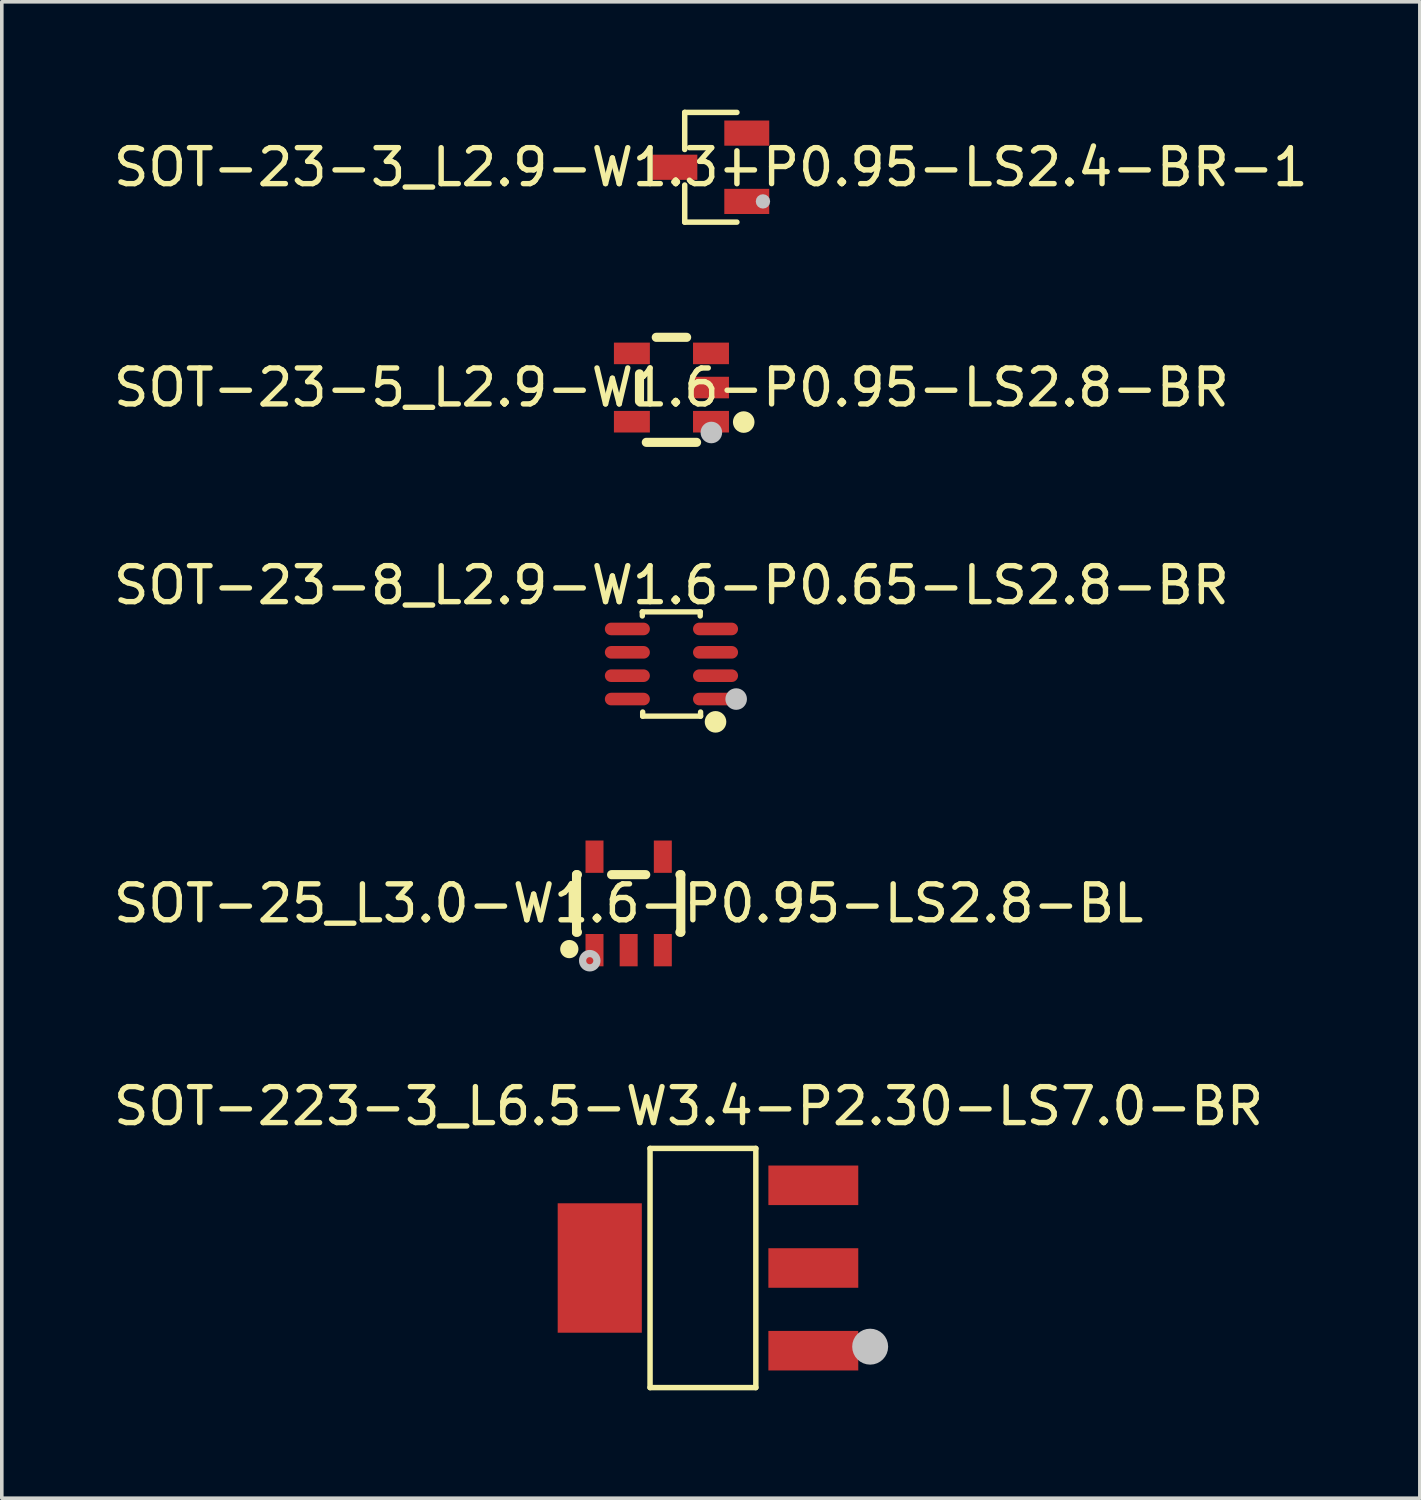
<source format=kicad_pcb>
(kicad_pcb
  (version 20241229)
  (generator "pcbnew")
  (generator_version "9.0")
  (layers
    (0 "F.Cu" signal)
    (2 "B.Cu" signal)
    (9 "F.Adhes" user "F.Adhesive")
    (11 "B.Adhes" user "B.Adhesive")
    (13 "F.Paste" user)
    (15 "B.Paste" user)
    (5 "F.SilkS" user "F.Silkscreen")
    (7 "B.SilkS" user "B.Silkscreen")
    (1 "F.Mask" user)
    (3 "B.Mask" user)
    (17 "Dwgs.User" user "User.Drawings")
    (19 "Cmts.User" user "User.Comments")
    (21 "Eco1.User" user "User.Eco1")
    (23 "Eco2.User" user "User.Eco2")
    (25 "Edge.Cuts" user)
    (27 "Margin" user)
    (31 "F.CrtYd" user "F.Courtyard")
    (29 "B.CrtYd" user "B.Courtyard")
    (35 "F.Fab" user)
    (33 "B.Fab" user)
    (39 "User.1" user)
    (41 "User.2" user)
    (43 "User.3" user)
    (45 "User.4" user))
  (footprint "SOT-25_L3.0-W1.6-P0.95-LS2.8-BL"
    (layer "F.Cu")
    (at 14.435 22.077)
    (property "Reference" "SOT-25_L3.0-W1.6-P0.95-LS2.8-BL" (at 0 0 0) (layer "F.SilkS") (effects (font (size 1 1) (thickness 0.15))))
    (fp_line (start -1.45 0.8) (end -1.45 -0.8) (stroke (width 0.254) (type default)) (layer "F.SilkS"))
    (fp_line (start -1.45 0.8) (end -1.425 0.8) (stroke (width 0.254) (type default)) (layer "F.SilkS"))
    (fp_line (start -1.425 -0.8) (end -1.45 -0.8) (stroke (width 0.254) (type default)) (layer "F.SilkS"))
    (fp_line (start 0.475 -0.8) (end -0.475 -0.8) (stroke (width 0.254) (type default)) (layer "F.SilkS"))
    (fp_line (start 1.425 0.8) (end 1.45 0.8) (stroke (width 0.254) (type default)) (layer "F.SilkS"))
    (fp_line (start 1.45 -0.8) (end 1.425 -0.8) (stroke (width 0.254) (type default)) (layer "F.SilkS"))
    (fp_line (start 1.45 0.8) (end 1.45 -0.8) (stroke (width 0.254) (type default)) (layer "F.SilkS"))
    (fp_circle (center -1.651 1.27) (end -1.524 1.27) (stroke (width 0.254) (type default)) (fill no) (layer "F.SilkS"))
    (fp_circle (center -1.082 1.593) (end -0.983 1.593) (stroke (width 0.201) (type default)) (fill no) (layer "Dwgs.User"))
    (fp_poly (pts (xy -1.151 0.96) (xy -1.151 0.79) (xy -0.75 0.79) (xy -0.75 0.96)) (stroke (width 0.1) (type default)) (fill no) (layer "User.1"))
    (fp_poly (pts (xy -1.151 1.399) (xy -1.151 0.95) (xy -0.75 0.95) (xy -0.75 1.399)) (stroke (width 0.1) (type default)) (fill no) (layer "User.1"))
    (fp_poly (pts (xy -1.141 -1.001) (xy -1.141 -1.399) (xy -0.759 -1.399) (xy -0.759 -1.001)) (stroke (width 0.1) (type default)) (fill no) (layer "User.1"))
    (fp_poly (pts (xy -1.141 -0.79) (xy -1.141 -1.011) (xy -0.759 -1.011) (xy -0.759 -0.79)) (stroke (width 0.1) (type default)) (fill no) (layer "User.1"))
    (fp_poly (pts (xy -0.201 0.96) (xy -0.201 0.79) (xy 0.201 0.79) (xy 0.201 0.96)) (stroke (width 0.1) (type default)) (fill no) (layer "User.1"))
    (fp_poly (pts (xy -0.201 1.399) (xy -0.201 0.95) (xy 0.201 0.95) (xy 0.201 1.399)) (stroke (width 0.1) (type default)) (fill no) (layer "User.1"))
    (fp_poly (pts (xy 0.75 -0.95) (xy 0.75 -1.399) (xy 1.151 -1.399) (xy 1.151 -0.95)) (stroke (width 0.1) (type default)) (fill no) (layer "User.1"))
    (fp_poly (pts (xy 0.75 -0.79) (xy 0.75 -0.96) (xy 1.151 -0.96) (xy 1.151 -0.79)) (stroke (width 0.1) (type default)) (fill no) (layer "User.1"))
    (fp_poly (pts (xy 0.75 0.96) (xy 0.75 0.79) (xy 1.151 0.79) (xy 1.151 0.96)) (stroke (width 0.1) (type default)) (fill no) (layer "User.1"))
    (fp_poly (pts (xy 0.75 1.399) (xy 0.75 0.95) (xy 1.151 0.95) (xy 1.151 1.399)) (stroke (width 0.1) (type default)) (fill no) (layer "User.1"))
    (fp_line (start -1.501 -0.8) (end 1.501 -0.8) (stroke (width 0.051) (type default)) (layer "User.2"))
    (fp_line (start -1.501 0.8) (end -1.501 -0.8) (stroke (width 0.051) (type default)) (layer "User.2"))
    (fp_line (start 1.501 -0.8) (end 1.501 0.8) (stroke (width 0.051) (type default)) (layer "User.2"))
    (fp_line (start 1.501 0.8) (end -1.501 0.8) (stroke (width 0.051) (type default)) (layer "User.2"))
    (fp_poly (pts (xy -1.44 1.399) (xy -1.458 1.356) (xy -1.501 1.339) (xy -1.544 1.356) (xy -1.562 1.399) (xy -1.544 1.443) (xy -1.501 1.46) (xy -1.458 1.443)) (stroke (width 0.1) (type default)) (fill no) (layer "User.3"))
    (pad "1" smd rect (at -0.95 1.3) (size 0.5 0.899) (layers "F.Cu" "F.Mask" "F.Paste"))
    (pad "2" smd rect (at 0 1.3) (size 0.5 0.899) (layers "F.Cu" "F.Mask" "F.Paste"))
    (pad "3" smd rect (at 0.95 1.3) (size 0.5 0.899) (layers "F.Cu" "F.Mask" "F.Paste"))
    (pad "4" smd rect (at 0.95 -1.3) (size 0.5 0.899) (layers "F.Cu" "F.Mask" "F.Paste"))
    (pad "5" smd rect (at -0.95 -1.3) (size 0.5 0.899) (layers "F.Cu" "F.Mask" "F.Paste")))
  (footprint "SOT-23-8_L2.9-W1.6-P0.65-LS2.8-BR"
    (layer "F.Cu")
    (at 15.625 15.418)
    (property "Reference" "SOT-23-8_L2.9-W1.6-P0.65-LS2.8-BR" (at 0 -2.19 0) (layer "F.SilkS") (effects (font (size 1 1) (thickness 0.15))))
    (fp_line (start -0.81 -1.45) (end 0.8 -1.45) (stroke (width 0.15) (type default)) (layer "F.SilkS"))
    (fp_line (start -0.81 -1.336) (end -0.81 -1.45) (stroke (width 0.15) (type default)) (layer "F.SilkS"))
    (fp_line (start -0.8 1.45) (end -0.8 1.336) (stroke (width 0.15) (type default)) (layer "F.SilkS"))
    (fp_line (start 0.8 -1.45) (end 0.8 -1.336) (stroke (width 0.15) (type default)) (layer "F.SilkS"))
    (fp_line (start 0.81 1.336) (end 0.81 1.45) (stroke (width 0.15) (type default)) (layer "F.SilkS"))
    (fp_line (start 0.81 1.45) (end -0.8 1.45) (stroke (width 0.15) (type default)) (layer "F.SilkS"))
    (fp_circle (center 1.226 1.609) (end 1.376 1.609) (stroke (width 0.3) (type default)) (fill no) (layer "F.SilkS"))
    (fp_circle (center 1.8 0.975) (end 1.95 0.975) (stroke (width 0.3) (type default)) (fill no) (layer "Dwgs.User"))
    (fp_poly (pts (xy -1.4 -0.825) (xy -1.4 -1.125) (xy -0.95 -1.125) (xy -0.95 -0.825)) (stroke (width 0.1) (type default)) (fill no) (layer "User.1"))
    (fp_poly (pts (xy -1.4 -0.175) (xy -1.4 -0.475) (xy -0.95 -0.475) (xy -0.95 -0.175)) (stroke (width 0.1) (type default)) (fill no) (layer "User.1"))
    (fp_poly (pts (xy -1.4 0.475) (xy -1.4 0.175) (xy -0.95 0.175) (xy -0.95 0.475)) (stroke (width 0.1) (type default)) (fill no) (layer "User.1"))
    (fp_poly (pts (xy -1.4 1.125) (xy -1.4 0.825) (xy -0.95 0.825) (xy -0.95 1.125)) (stroke (width 0.1) (type default)) (fill no) (layer "User.1"))
    (fp_poly (pts (xy -0.96 -0.825) (xy -0.96 -1.125) (xy -0.802 -1.125) (xy -0.802 -0.825)) (stroke (width 0.1) (type default)) (fill no) (layer "User.1"))
    (fp_poly (pts (xy -0.96 -0.175) (xy -0.96 -0.475) (xy -0.802 -0.475) (xy -0.802 -0.175)) (stroke (width 0.1) (type default)) (fill no) (layer "User.1"))
    (fp_poly (pts (xy -0.96 0.475) (xy -0.96 0.175) (xy -0.802 0.175) (xy -0.802 0.475)) (stroke (width 0.1) (type default)) (fill no) (layer "User.1"))
    (fp_poly (pts (xy -0.96 1.125) (xy -0.96 0.825) (xy -0.802 0.825) (xy -0.802 1.125)) (stroke (width 0.1) (type default)) (fill no) (layer "User.1"))
    (fp_poly (pts (xy 0.802 -0.825) (xy 0.802 -1.125) (xy 0.96 -1.125) (xy 0.96 -0.825)) (stroke (width 0.1) (type default)) (fill no) (layer "User.1"))
    (fp_poly (pts (xy 0.802 -0.175) (xy 0.802 -0.475) (xy 0.96 -0.475) (xy 0.96 -0.175)) (stroke (width 0.1) (type default)) (fill no) (layer "User.1"))
    (fp_poly (pts (xy 0.802 0.475) (xy 0.802 0.175) (xy 0.96 0.175) (xy 0.96 0.475)) (stroke (width 0.1) (type default)) (fill no) (layer "User.1"))
    (fp_poly (pts (xy 0.802 1.125) (xy 0.802 0.825) (xy 0.96 0.825) (xy 0.96 1.125)) (stroke (width 0.1) (type default)) (fill no) (layer "User.1"))
    (fp_poly (pts (xy 0.95 -0.825) (xy 0.95 -1.125) (xy 1.4 -1.125) (xy 1.4 -0.825)) (stroke (width 0.1) (type default)) (fill no) (layer "User.1"))
    (fp_poly (pts (xy 0.95 -0.175) (xy 0.95 -0.475) (xy 1.4 -0.475) (xy 1.4 -0.175)) (stroke (width 0.1) (type default)) (fill no) (layer "User.1"))
    (fp_poly (pts (xy 0.95 0.475) (xy 0.95 0.175) (xy 1.4 0.175) (xy 1.4 0.475)) (stroke (width 0.1) (type default)) (fill no) (layer "User.1"))
    (fp_poly (pts (xy 0.95 1.125) (xy 0.95 0.825) (xy 1.4 0.825) (xy 1.4 1.125)) (stroke (width 0.1) (type default)) (fill no) (layer "User.1"))
    (fp_line (start -0.812 -1.45) (end 0.812 -1.45) (stroke (width 0.051) (type default)) (layer "User.2"))
    (fp_line (start -0.812 1.45) (end -0.812 -1.45) (stroke (width 0.051) (type default)) (layer "User.2"))
    (fp_line (start 0.812 -1.45) (end 0.812 1.45) (stroke (width 0.051) (type default)) (layer "User.2"))
    (fp_line (start 0.812 1.45) (end -0.812 1.45) (stroke (width 0.051) (type default)) (layer "User.2"))
    (fp_poly (pts (xy 1.46 1.45) (xy 1.442 1.408) (xy 1.4 1.39) (xy 1.358 1.408) (xy 1.34 1.45) (xy 1.358 1.492) (xy 1.4 1.51) (xy 1.442 1.492)) (stroke (width 0.1) (type default)) (fill no) (layer "User.3"))
    (pad "1" smd oval (at 1.226 0.975) (size 1.252 0.35) (layers "F.Cu" "F.Mask" "F.Paste"))
    (pad "2" smd oval (at 1.226 0.325) (size 1.252 0.35) (layers "F.Cu" "F.Mask" "F.Paste"))
    (pad "3" smd oval (at 1.226 -0.325) (size 1.252 0.35) (layers "F.Cu" "F.Mask" "F.Paste"))
    (pad "4" smd oval (at 1.226 -0.975) (size 1.252 0.35) (layers "F.Cu" "F.Mask" "F.Paste"))
    (pad "5" smd oval (at -1.226 -0.975) (size 1.252 0.35) (layers "F.Cu" "F.Mask" "F.Paste"))
    (pad "6" smd oval (at -1.226 -0.325) (size 1.252 0.35) (layers "F.Cu" "F.Mask" "F.Paste"))
    (pad "7" smd oval (at -1.226 0.325) (size 1.252 0.35) (layers "F.Cu" "F.Mask" "F.Paste"))
    (pad "8" smd oval (at -1.226 0.975) (size 1.252 0.35) (layers "F.Cu" "F.Mask" "F.Paste")))
  (footprint "SOT-23-3_L2.9-W1.3-P0.95-LS2.4-BR-1"
    (layer "F.Cu")
    (at 16.72 1.602)
    (property "Reference" "SOT-23-3_L2.9-W1.3-P0.95-LS2.4-BR-1" (at 0 0 0) (layer "F.SilkS") (effects (font (size 1 1) (thickness 0.15))))
    (fp_line (start -0.726 -1.526) (end -0.726 -0.494) (stroke (width 0.152) (type default)) (layer "F.SilkS"))
    (fp_line (start -0.726 1.526) (end -0.726 0.494) (stroke (width 0.152) (type default)) (layer "F.SilkS"))
    (fp_line (start 0.726 -1.526) (end -0.726 -1.526) (stroke (width 0.152) (type default)) (layer "F.SilkS"))
    (fp_line (start 0.726 -0.456) (end 0.726 0.456) (stroke (width 0.152) (type default)) (layer "F.SilkS"))
    (fp_line (start 0.726 1.526) (end -0.726 1.526) (stroke (width 0.152) (type default)) (layer "F.SilkS"))
    (fp_circle (center 1.45 0.95) (end 1.55 0.95) (stroke (width 0.2) (type default)) (fill no) (layer "Dwgs.User"))
    (fp_poly (pts (xy -1.2 0.2) (xy -1.2 -0.2) (xy -0.8 -0.2) (xy -0.8 0.2)) (stroke (width 0.1) (type default)) (fill no) (layer "User.1"))
    (fp_poly (pts (xy -0.81 0.2) (xy -0.81 -0.2) (xy -0.64 -0.2) (xy -0.64 0.2)) (stroke (width 0.1) (type default)) (fill no) (layer "User.1"))
    (fp_poly (pts (xy 0.64 -0.75) (xy 0.64 -1.15) (xy 0.81 -1.15) (xy 0.81 -0.75)) (stroke (width 0.1) (type default)) (fill no) (layer "User.1"))
    (fp_poly (pts (xy 0.64 1.15) (xy 0.64 0.75) (xy 0.81 0.75) (xy 0.81 1.15)) (stroke (width 0.1) (type default)) (fill no) (layer "User.1"))
    (fp_poly (pts (xy 0.8 -0.75) (xy 0.8 -1.15) (xy 1.2 -1.15) (xy 1.2 -0.75)) (stroke (width 0.1) (type default)) (fill no) (layer "User.1"))
    (fp_poly (pts (xy 0.8 1.15) (xy 0.8 0.75) (xy 1.2 0.75) (xy 1.2 1.15)) (stroke (width 0.1) (type default)) (fill no) (layer "User.1"))
    (fp_line (start -0.65 -1.45) (end 0.65 -1.45) (stroke (width 0.051) (type default)) (layer "User.2"))
    (fp_line (start -0.65 1.45) (end -0.65 -1.45) (stroke (width 0.051) (type default)) (layer "User.2"))
    (fp_line (start 0.65 -1.45) (end 0.65 1.45) (stroke (width 0.051) (type default)) (layer "User.2"))
    (fp_line (start 0.65 1.45) (end -0.65 1.45) (stroke (width 0.051) (type default)) (layer "User.2"))
    (fp_poly (pts (xy 1.26 1.45) (xy 1.242 1.408) (xy 1.2 1.39) (xy 1.158 1.408) (xy 1.14 1.45) (xy 1.158 1.492) (xy 1.2 1.51) (xy 1.242 1.492)) (stroke (width 0.1) (type default)) (fill no) (layer "User.3"))
    (pad "1" smd rect (at 1 0.95) (size 1.25 0.7) (layers "F.Cu" "F.Mask" "F.Paste"))
    (pad "2" smd rect (at 1 -0.95) (size 1.25 0.7) (layers "F.Cu" "F.Mask" "F.Paste"))
    (pad "3" smd rect (at -1 0) (size 1.25 0.7) (layers "F.Cu" "F.Mask" "F.Paste")))
  (footprint "SOT-23-5_L2.9-W1.6-P0.95-LS2.8-BR"
    (layer "F.Cu")
    (at 15.625 7.729)
    (property "Reference" "SOT-23-5_L2.9-W1.6-P0.95-LS2.8-BR" (at 0 0 0) (layer "F.SilkS") (effects (font (size 1 1) (thickness 0.15))))
    (fp_line (start -0.889 0.381) (end -0.889 -0.381) (stroke (width 0.254) (type default)) (layer "F.SilkS"))
    (fp_line (start -0.699 1.524) (end 0.699 1.524) (stroke (width 0.254) (type default)) (layer "F.SilkS"))
    (fp_line (start -0.422 -1.397) (end 0.422 -1.397) (stroke (width 0.254) (type default)) (layer "F.SilkS"))
    (fp_circle (center 2.01 0.96) (end 2.16 0.96) (stroke (width 0.3) (type default)) (fill no) (layer "F.SilkS"))
    (fp_circle (center 1.11 1.25) (end 1.26 1.25) (stroke (width 0.3) (type default)) (fill no) (layer "Dwgs.User"))
    (fp_poly (pts (xy -0.95 -0.75) (xy -1.4 -0.75) (xy -1.4 -1.15) (xy -0.95 -1.15)) (stroke (width 0.1) (type default)) (fill no) (layer "User.1"))
    (fp_poly (pts (xy -0.95 1.15) (xy -1.4 1.15) (xy -1.4 0.75) (xy -0.95 0.75)) (stroke (width 0.1) (type default)) (fill no) (layer "User.1"))
    (fp_poly (pts (xy -0.79 -0.75) (xy -0.96 -0.75) (xy -0.96 -1.15) (xy -0.79 -1.15)) (stroke (width 0.1) (type default)) (fill no) (layer "User.1"))
    (fp_poly (pts (xy -0.79 1.15) (xy -0.96 1.15) (xy -0.96 0.75) (xy -0.79 0.75)) (stroke (width 0.1) (type default)) (fill no) (layer "User.1"))
    (fp_poly (pts (xy 0.96 -0.75) (xy 0.79 -0.75) (xy 0.79 -1.15) (xy 0.96 -1.15)) (stroke (width 0.1) (type default)) (fill no) (layer "User.1"))
    (fp_poly (pts (xy 0.96 0.2) (xy 0.79 0.2) (xy 0.79 -0.2) (xy 0.96 -0.2)) (stroke (width 0.1) (type default)) (fill no) (layer "User.1"))
    (fp_poly (pts (xy 0.96 1.15) (xy 0.79 1.15) (xy 0.79 0.75) (xy 0.96 0.75)) (stroke (width 0.1) (type default)) (fill no) (layer "User.1"))
    (fp_poly (pts (xy 1.4 -0.75) (xy 0.95 -0.75) (xy 0.95 -1.15) (xy 1.4 -1.15)) (stroke (width 0.1) (type default)) (fill no) (layer "User.1"))
    (fp_poly (pts (xy 1.4 0.2) (xy 0.95 0.2) (xy 0.95 -0.2) (xy 1.4 -0.2)) (stroke (width 0.1) (type default)) (fill no) (layer "User.1"))
    (fp_poly (pts (xy 1.4 1.15) (xy 0.95 1.15) (xy 0.95 0.75) (xy 1.4 0.75)) (stroke (width 0.1) (type default)) (fill no) (layer "User.1"))
    (fp_line (start -0.8 -1.45) (end 0.8 -1.45) (stroke (width 0.051) (type default)) (layer "User.2"))
    (fp_line (start -0.8 1.45) (end -0.8 -1.45) (stroke (width 0.051) (type default)) (layer "User.2"))
    (fp_line (start 0.8 -1.45) (end 0.8 1.45) (stroke (width 0.051) (type default)) (layer "User.2"))
    (fp_line (start 0.8 1.45) (end -0.8 1.45) (stroke (width 0.051) (type default)) (layer "User.2"))
    (fp_poly (pts (xy 1.46 1.45) (xy 1.442 1.408) (xy 1.4 1.39) (xy 1.358 1.408) (xy 1.34 1.45) (xy 1.358 1.492) (xy 1.4 1.51) (xy 1.442 1.492)) (stroke (width 0.1) (type default)) (fill no) (layer "User.3"))
    (pad "1" smd rect (at 1.1 0.95 90) (size 0.6 1) (layers "F.Cu" "F.Mask" "F.Paste"))
    (pad "2" smd rect (at 1.1 0 90) (size 0.6 1) (layers "F.Cu" "F.Mask" "F.Paste"))
    (pad "3" smd rect (at 1.1 -0.95 90) (size 0.6 1) (layers "F.Cu" "F.Mask" "F.Paste"))
    (pad "4" smd rect (at -1.1 -0.95 90) (size 0.6 1) (layers "F.Cu" "F.Mask" "F.Paste"))
    (pad "5" smd rect (at -1.1 0.95 90) (size 0.6 1) (layers "F.Cu" "F.Mask" "F.Paste")))
  (footprint "SOT-223-3_L6.5-W3.4-P2.30-LS7.0-BR"
    (layer "F.Cu")
    (at 16.601 32.217)
    (property "Reference" "SOT-223-3_L6.5-W3.4-P2.30-LS7.0-BR" (at -0.5 -4.5 0) (layer "F.SilkS") (effects (font (size 1 1) (thickness 0.15))))
    (fp_line (start -1.571 -3.326) (end 1.371 -3.326) (stroke (width 0.152) (type default)) (layer "F.SilkS"))
    (fp_line (start -1.571 3.326) (end -1.571 -3.326) (stroke (width 0.152) (type default)) (layer "F.SilkS"))
    (fp_line (start 1.371 -3.326) (end 1.371 3.326) (stroke (width 0.152) (type default)) (layer "F.SilkS"))
    (fp_line (start 1.371 3.326) (end -1.571 3.326) (stroke (width 0.152) (type default)) (layer "F.SilkS"))
    (fp_circle (center 4.551 2.188) (end 4.801 2.188) (stroke (width 0.5) (type default)) (fill no) (layer "Dwgs.User"))
    (fp_poly (pts (xy -3.6 1.5) (xy -3.6 -1.5) (xy -2.85 -1.5) (xy -2.85 1.5)) (stroke (width 0.1) (type default)) (fill no) (layer "User.1"))
    (fp_poly (pts (xy -2.86 1.5) (xy -2.86 -1.5) (xy -1.84 -1.5) (xy -1.84 1.5)) (stroke (width 0.1) (type default)) (fill no) (layer "User.1"))
    (fp_poly (pts (xy 1.64 -1.925) (xy 1.64 -2.675) (xy 2.66 -2.675) (xy 2.66 -1.925)) (stroke (width 0.1) (type default)) (fill no) (layer "User.1"))
    (fp_poly (pts (xy 1.64 0.375) (xy 1.64 -0.375) (xy 2.66 -0.375) (xy 2.66 0.375)) (stroke (width 0.1) (type default)) (fill no) (layer "User.1"))
    (fp_poly (pts (xy 1.64 2.675) (xy 1.64 1.925) (xy 2.66 1.925) (xy 2.66 2.675)) (stroke (width 0.1) (type default)) (fill no) (layer "User.1"))
    (fp_poly (pts (xy 2.65 -1.925) (xy 2.65 -2.675) (xy 3.4 -2.675) (xy 3.4 -1.925)) (stroke (width 0.1) (type default)) (fill no) (layer "User.1"))
    (fp_poly (pts (xy 2.65 0.375) (xy 2.65 -0.375) (xy 3.4 -0.375) (xy 3.4 0.375)) (stroke (width 0.1) (type default)) (fill no) (layer "User.1"))
    (fp_poly (pts (xy 2.65 2.675) (xy 2.65 1.925) (xy 3.4 1.925) (xy 3.4 2.675)) (stroke (width 0.1) (type default)) (fill no) (layer "User.1"))
    (fp_line (start -1.85 -3.25) (end 1.65 -3.25) (stroke (width 0.051) (type default)) (layer "User.2"))
    (fp_line (start -1.85 3.25) (end -1.85 -3.25) (stroke (width 0.051) (type default)) (layer "User.2"))
    (fp_line (start 1.65 -3.25) (end 1.65 3.25) (stroke (width 0.051) (type default)) (layer "User.2"))
    (fp_line (start 1.65 3.25) (end -1.85 3.25) (stroke (width 0.051) (type default)) (layer "User.2"))
    (fp_poly (pts (xy 3.46 3.25) (xy 3.442 3.208) (xy 3.4 3.19) (xy 3.358 3.208) (xy 3.34 3.25) (xy 3.358 3.292) (xy 3.4 3.31) (xy 3.442 3.292)) (stroke (width 0.1) (type default)) (fill no) (layer "User.3"))
    (pad "1" smd rect (at 2.97 2.3) (size 2.5 1.1) (layers "F.Cu" "F.Mask" "F.Paste"))
    (pad "2" smd rect (at 2.97 0) (size 2.5 1.1) (layers "F.Cu" "F.Mask" "F.Paste"))
    (pad "3" smd rect (at 2.97 -2.3) (size 2.5 1.1) (layers "F.Cu" "F.Mask" "F.Paste"))
    (pad "4" smd rect (at -2.97 0) (size 2.34 3.6) (layers "F.Cu" "F.Mask" "F.Paste")))
  (gr_rect
    (start -3 -3)
    (end 36.44 38.62)
    (stroke (width 0.1) (type default))
    (fill no)
    (layer "Edge.Cuts")))
</source>
